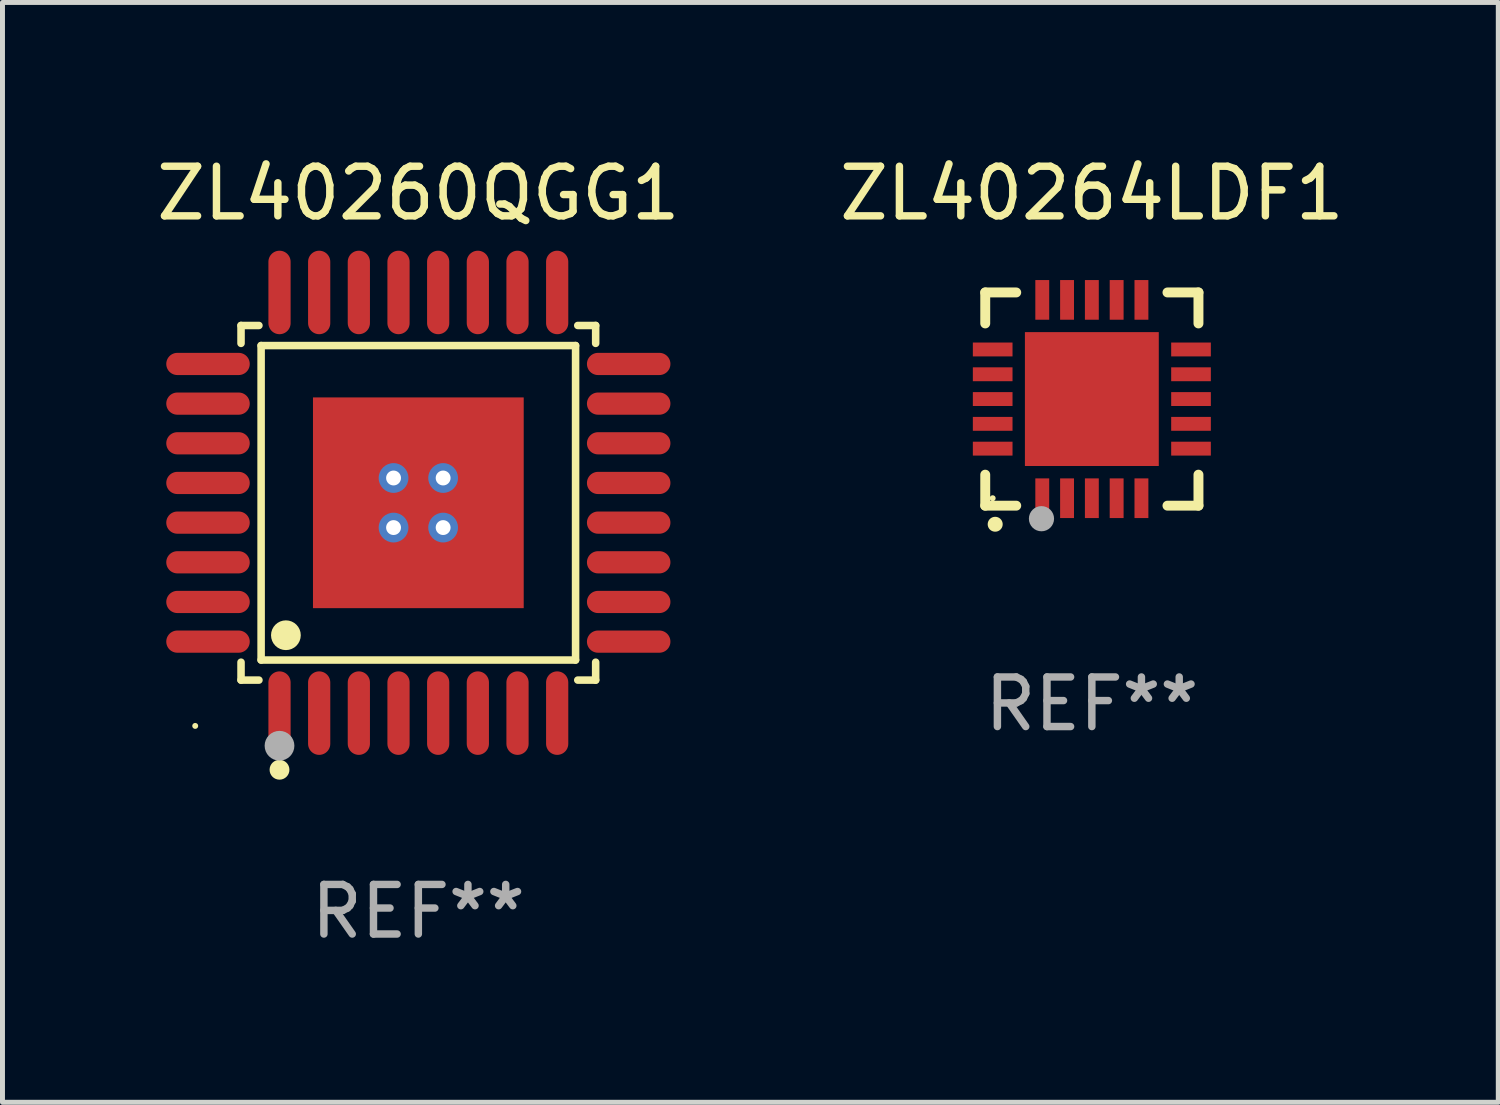
<source format=kicad_pcb>
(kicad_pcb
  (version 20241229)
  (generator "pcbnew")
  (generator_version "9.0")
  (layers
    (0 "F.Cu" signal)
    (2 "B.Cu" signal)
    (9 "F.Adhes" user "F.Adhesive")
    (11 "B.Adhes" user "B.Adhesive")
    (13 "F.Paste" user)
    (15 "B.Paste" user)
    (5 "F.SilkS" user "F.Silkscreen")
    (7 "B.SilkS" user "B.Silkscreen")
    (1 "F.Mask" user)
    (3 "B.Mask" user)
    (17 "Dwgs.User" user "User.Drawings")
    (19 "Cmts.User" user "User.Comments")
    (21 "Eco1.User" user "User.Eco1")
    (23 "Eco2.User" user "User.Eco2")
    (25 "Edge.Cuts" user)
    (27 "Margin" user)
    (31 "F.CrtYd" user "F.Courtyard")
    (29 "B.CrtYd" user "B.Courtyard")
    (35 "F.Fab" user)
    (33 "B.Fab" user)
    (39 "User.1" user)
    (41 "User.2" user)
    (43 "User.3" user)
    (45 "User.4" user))
  (footprint "ZL40264LDF1"
    (layer "F.Cu")
    (at 18.97 4.998)
    (property "Reference" "ZL40264LDF1" (at 0 -4.15 0) (layer "F.SilkS") (effects (font (size 1 1) (thickness 0.15))))
    (attr through_hole)
    (fp_line (start -2.15 -2.15) (end -2.15 -1.525) (stroke (width 0.2) (type solid)) (layer "F.SilkS"))
    (fp_line (start -2.15 2.15) (end -2.15 1.525) (stroke (width 0.2) (type solid)) (layer "F.SilkS"))
    (fp_line (start -1.525 -2.15) (end -2.15 -2.15) (stroke (width 0.2) (type solid)) (layer "F.SilkS"))
    (fp_line (start -1.525 2.15) (end -2.15 2.15) (stroke (width 0.2) (type solid)) (layer "F.SilkS"))
    (fp_line (start 1.525 2.15) (end 2.15 2.15) (stroke (width 0.2) (type solid)) (layer "F.SilkS"))
    (fp_line (start 2.15 -2.15) (end 1.525 -2.15) (stroke (width 0.2) (type solid)) (layer "F.SilkS"))
    (fp_line (start 2.15 -1.525) (end 2.15 -2.15) (stroke (width 0.2) (type solid)) (layer "F.SilkS"))
    (fp_line (start 2.15 2.15) (end 2.15 1.525) (stroke (width 0.2) (type solid)) (layer "F.SilkS"))
    (fp_arc (start -1.950724 2.524765) (mid -1.949454 2.52476) (end -1.948184 2.524765) (stroke (width 0.3) (type solid)) (layer "F.SilkS"))
    (fp_circle (center -2 2) (end -1.97 2) (stroke (width 0.06) (type solid)) (fill no) (layer "F.SilkS"))
    (fp_circle (center -1.016 2.413) (end -0.889 2.413) (stroke (width 0.254) (type solid)) (fill no) (layer "F.Fab"))
    (fp_text user "REF**" (at 0 6.15 0) (layer "F.Fab") (effects (font (size 1 1) (thickness 0.15))))
    (pad "1" smd rect (at -1 2) (size 0.28 0.8) (layers "F.Cu" "F.Mask" "F.Paste"))
    (pad "2" smd rect (at -0.5 2) (size 0.28 0.8) (layers "F.Cu" "F.Mask" "F.Paste"))
    (pad "3" smd rect (at 0 2) (size 0.28 0.8) (layers "F.Cu" "F.Mask" "F.Paste"))
    (pad "4" smd rect (at 0.5 2) (size 0.28 0.8) (layers "F.Cu" "F.Mask" "F.Paste"))
    (pad "5" smd rect (at 1 2) (size 0.28 0.8) (layers "F.Cu" "F.Mask" "F.Paste"))
    (pad "6" smd rect (at 2 1) (size 0.8 0.28) (layers "F.Cu" "F.Mask" "F.Paste"))
    (pad "7" smd rect (at 2 0.5) (size 0.8 0.28) (layers "F.Cu" "F.Mask" "F.Paste"))
    (pad "8" smd rect (at 2 0) (size 0.8 0.28) (layers "F.Cu" "F.Mask" "F.Paste"))
    (pad "9" smd rect (at 2 -0.5) (size 0.8 0.28) (layers "F.Cu" "F.Mask" "F.Paste"))
    (pad "10" smd rect (at 2 -1) (size 0.8 0.28) (layers "F.Cu" "F.Mask" "F.Paste"))
    (pad "11" smd rect (at 1 -2) (size 0.28 0.8) (layers "F.Cu" "F.Mask" "F.Paste"))
    (pad "12" smd rect (at 0.5 -2) (size 0.28 0.8) (layers "F.Cu" "F.Mask" "F.Paste"))
    (pad "13" smd rect (at 0 -2) (size 0.28 0.8) (layers "F.Cu" "F.Mask" "F.Paste"))
    (pad "14" smd rect (at -0.5 -2) (size 0.28 0.8) (layers "F.Cu" "F.Mask" "F.Paste"))
    (pad "15" smd rect (at -1 -2) (size 0.28 0.8) (layers "F.Cu" "F.Mask" "F.Paste"))
    (pad "16" smd rect (at -2 -1) (size 0.8 0.28) (layers "F.Cu" "F.Mask" "F.Paste"))
    (pad "17" smd rect (at -2 -0.5) (size 0.8 0.28) (layers "F.Cu" "F.Mask" "F.Paste"))
    (pad "18" smd rect (at -2 0) (size 0.8 0.28) (layers "F.Cu" "F.Mask" "F.Paste"))
    (pad "19" smd rect (at -2 0.5) (size 0.8 0.28) (layers "F.Cu" "F.Mask" "F.Paste"))
    (pad "20" smd rect (at -2 1) (size 0.8 0.28) (layers "F.Cu" "F.Mask" "F.Paste"))
    (pad "21" smd rect (at 0 0) (size 2.7 2.7) (layers "F.Cu" "F.Mask" "F.Paste")))
  (footprint "ZL40260QGG1"
    (layer "F.Cu")
    (at 5.387 7.09)
    (property "Reference" "ZL40260QGG1" (at 0 -6.242 0) (layer "F.SilkS") (effects (font (size 1 1) (thickness 0.15))))
    (attr through_hole)
    (fp_line (start -3.576 -3.576) (end -3.215 -3.576) (stroke (width 0.152) (type solid)) (layer "F.SilkS"))
    (fp_line (start -3.576 -3.215) (end -3.576 -3.576) (stroke (width 0.152) (type solid)) (layer "F.SilkS"))
    (fp_line (start -3.576 3.215) (end -3.576 3.576) (stroke (width 0.152) (type solid)) (layer "F.SilkS"))
    (fp_line (start -3.576 3.576) (end -3.215 3.576) (stroke (width 0.152) (type solid)) (layer "F.SilkS"))
    (fp_line (start -3.171 -3.171) (end 3.171 -3.171) (stroke (width 0.152) (type solid)) (layer "F.SilkS"))
    (fp_line (start -3.171 3.171) (end -3.171 -3.171) (stroke (width 0.152) (type solid)) (layer "F.SilkS"))
    (fp_line (start 3.171 -3.171) (end 3.171 3.171) (stroke (width 0.152) (type solid)) (layer "F.SilkS"))
    (fp_line (start 3.171 3.171) (end -3.171 3.171) (stroke (width 0.152) (type solid)) (layer "F.SilkS"))
    (fp_line (start 3.576 -3.576) (end 3.215 -3.576) (stroke (width 0.152) (type solid)) (layer "F.SilkS"))
    (fp_line (start 3.576 -3.215) (end 3.576 -3.576) (stroke (width 0.152) (type solid)) (layer "F.SilkS"))
    (fp_line (start 3.576 3.215) (end 3.576 3.576) (stroke (width 0.152) (type solid)) (layer "F.SilkS"))
    (fp_line (start 3.576 3.576) (end 3.215 3.576) (stroke (width 0.152) (type solid)) (layer "F.SilkS"))
    (fp_circle (center -4.5 4.5) (end -4.47 4.5) (stroke (width 0.06) (type solid)) (fill no) (layer "F.SilkS"))
    (fp_circle (center -2.8 5.384) (end -2.7 5.384) (stroke (width 0.2) (type solid)) (fill no) (layer "F.SilkS"))
    (fp_circle (center -2.671 2.671) (end -2.521 2.671) (stroke (width 0.3) (type solid)) (fill no) (layer "F.SilkS"))
    (fp_circle (center -2.8 4.9) (end -2.65 4.9) (stroke (width 0.3) (type solid)) (fill no) (layer "F.Fab"))
    (fp_text user "REF**" (at 0 8.242 0) (layer "F.Fab") (effects (font (size 1 1) (thickness 0.15))))
    (pad "1" smd oval (at -2.8 4.242) (size 0.448 1.684) (layers "F.Cu" "F.Mask" "F.Paste"))
    (pad "2" smd oval (at -2 4.242) (size 0.448 1.684) (layers "F.Cu" "F.Mask" "F.Paste"))
    (pad "3" smd oval (at -1.2 4.242) (size 0.448 1.684) (layers "F.Cu" "F.Mask" "F.Paste"))
    (pad "4" smd oval (at -0.4 4.242) (size 0.448 1.684) (layers "F.Cu" "F.Mask" "F.Paste"))
    (pad "5" smd oval (at 0.4 4.242) (size 0.448 1.684) (layers "F.Cu" "F.Mask" "F.Paste"))
    (pad "6" smd oval (at 1.2 4.242) (size 0.448 1.684) (layers "F.Cu" "F.Mask" "F.Paste"))
    (pad "7" smd oval (at 2 4.242) (size 0.448 1.684) (layers "F.Cu" "F.Mask" "F.Paste"))
    (pad "8" smd oval (at 2.8 4.242) (size 0.448 1.684) (layers "F.Cu" "F.Mask" "F.Paste"))
    (pad "9" smd oval (at 4.242 2.8) (size 1.684 0.448) (layers "F.Cu" "F.Mask" "F.Paste"))
    (pad "10" smd oval (at 4.242 2) (size 1.684 0.448) (layers "F.Cu" "F.Mask" "F.Paste"))
    (pad "11" smd oval (at 4.242 1.2) (size 1.684 0.448) (layers "F.Cu" "F.Mask" "F.Paste"))
    (pad "12" smd oval (at 4.242 0.4) (size 1.684 0.448) (layers "F.Cu" "F.Mask" "F.Paste"))
    (pad "13" smd oval (at 4.242 -0.4) (size 1.684 0.448) (layers "F.Cu" "F.Mask" "F.Paste"))
    (pad "14" smd oval (at 4.242 -1.2) (size 1.684 0.448) (layers "F.Cu" "F.Mask" "F.Paste"))
    (pad "15" smd oval (at 4.242 -2) (size 1.684 0.448) (layers "F.Cu" "F.Mask" "F.Paste"))
    (pad "16" smd oval (at 4.242 -2.8) (size 1.684 0.448) (layers "F.Cu" "F.Mask" "F.Paste"))
    (pad "17" smd oval (at 2.8 -4.242) (size 0.448 1.684) (layers "F.Cu" "F.Mask" "F.Paste"))
    (pad "18" smd oval (at 2 -4.242) (size 0.448 1.684) (layers "F.Cu" "F.Mask" "F.Paste"))
    (pad "19" smd oval (at 1.2 -4.242) (size 0.448 1.684) (layers "F.Cu" "F.Mask" "F.Paste"))
    (pad "20" smd oval (at 0.4 -4.242) (size 0.448 1.684) (layers "F.Cu" "F.Mask" "F.Paste"))
    (pad "21" smd oval (at -0.4 -4.242) (size 0.448 1.684) (layers "F.Cu" "F.Mask" "F.Paste"))
    (pad "22" smd oval (at -1.2 -4.242) (size 0.448 1.684) (layers "F.Cu" "F.Mask" "F.Paste"))
    (pad "23" smd oval (at -2 -4.242) (size 0.448 1.684) (layers "F.Cu" "F.Mask" "F.Paste"))
    (pad "24" smd oval (at -2.8 -4.242) (size 0.448 1.684) (layers "F.Cu" "F.Mask" "F.Paste"))
    (pad "25" smd oval (at -4.242 -2.8) (size 1.684 0.448) (layers "F.Cu" "F.Mask" "F.Paste"))
    (pad "26" smd oval (at -4.242 -2) (size 1.684 0.448) (layers "F.Cu" "F.Mask" "F.Paste"))
    (pad "27" smd oval (at -4.242 -1.2) (size 1.684 0.448) (layers "F.Cu" "F.Mask" "F.Paste"))
    (pad "28" smd oval (at -4.242 -0.4) (size 1.684 0.448) (layers "F.Cu" "F.Mask" "F.Paste"))
    (pad "29" smd oval (at -4.242 0.4) (size 1.684 0.448) (layers "F.Cu" "F.Mask" "F.Paste"))
    (pad "30" smd oval (at -4.242 1.2) (size 1.684 0.448) (layers "F.Cu" "F.Mask" "F.Paste"))
    (pad "31" smd oval (at -4.242 2) (size 1.684 0.448) (layers "F.Cu" "F.Mask" "F.Paste"))
    (pad "32" smd oval (at -4.242 2.8) (size 1.684 0.448) (layers "F.Cu" "F.Mask" "F.Paste"))
    (pad "33" thru_hole circle (at -0.5 -0.5) (size 0.6 0.6) (drill 0.3) (layers "*.Cu" "*.Mask"))
    (pad "33" thru_hole circle (at -0.5 0.5) (size 0.6 0.6) (drill 0.3) (layers "*.Cu" "*.Mask"))
    (pad "33" smd rect (at 0 0 90) (size 4.25 4.25) (layers "F.Cu" "F.Mask" "F.Paste"))
    (pad "33" thru_hole circle (at 0.5 -0.5) (size 0.6 0.6) (drill 0.3) (layers "*.Cu" "*.Mask"))
    (pad "33" thru_hole circle (at 0.5 0.5) (size 0.6 0.6) (drill 0.3) (layers "*.Cu" "*.Mask")))
  (gr_rect
    (start -3 -3)
    (end 27.167 19.181)
    (stroke (width 0.1) (type default))
    (fill no)
    (layer "Edge.Cuts")))
</source>
